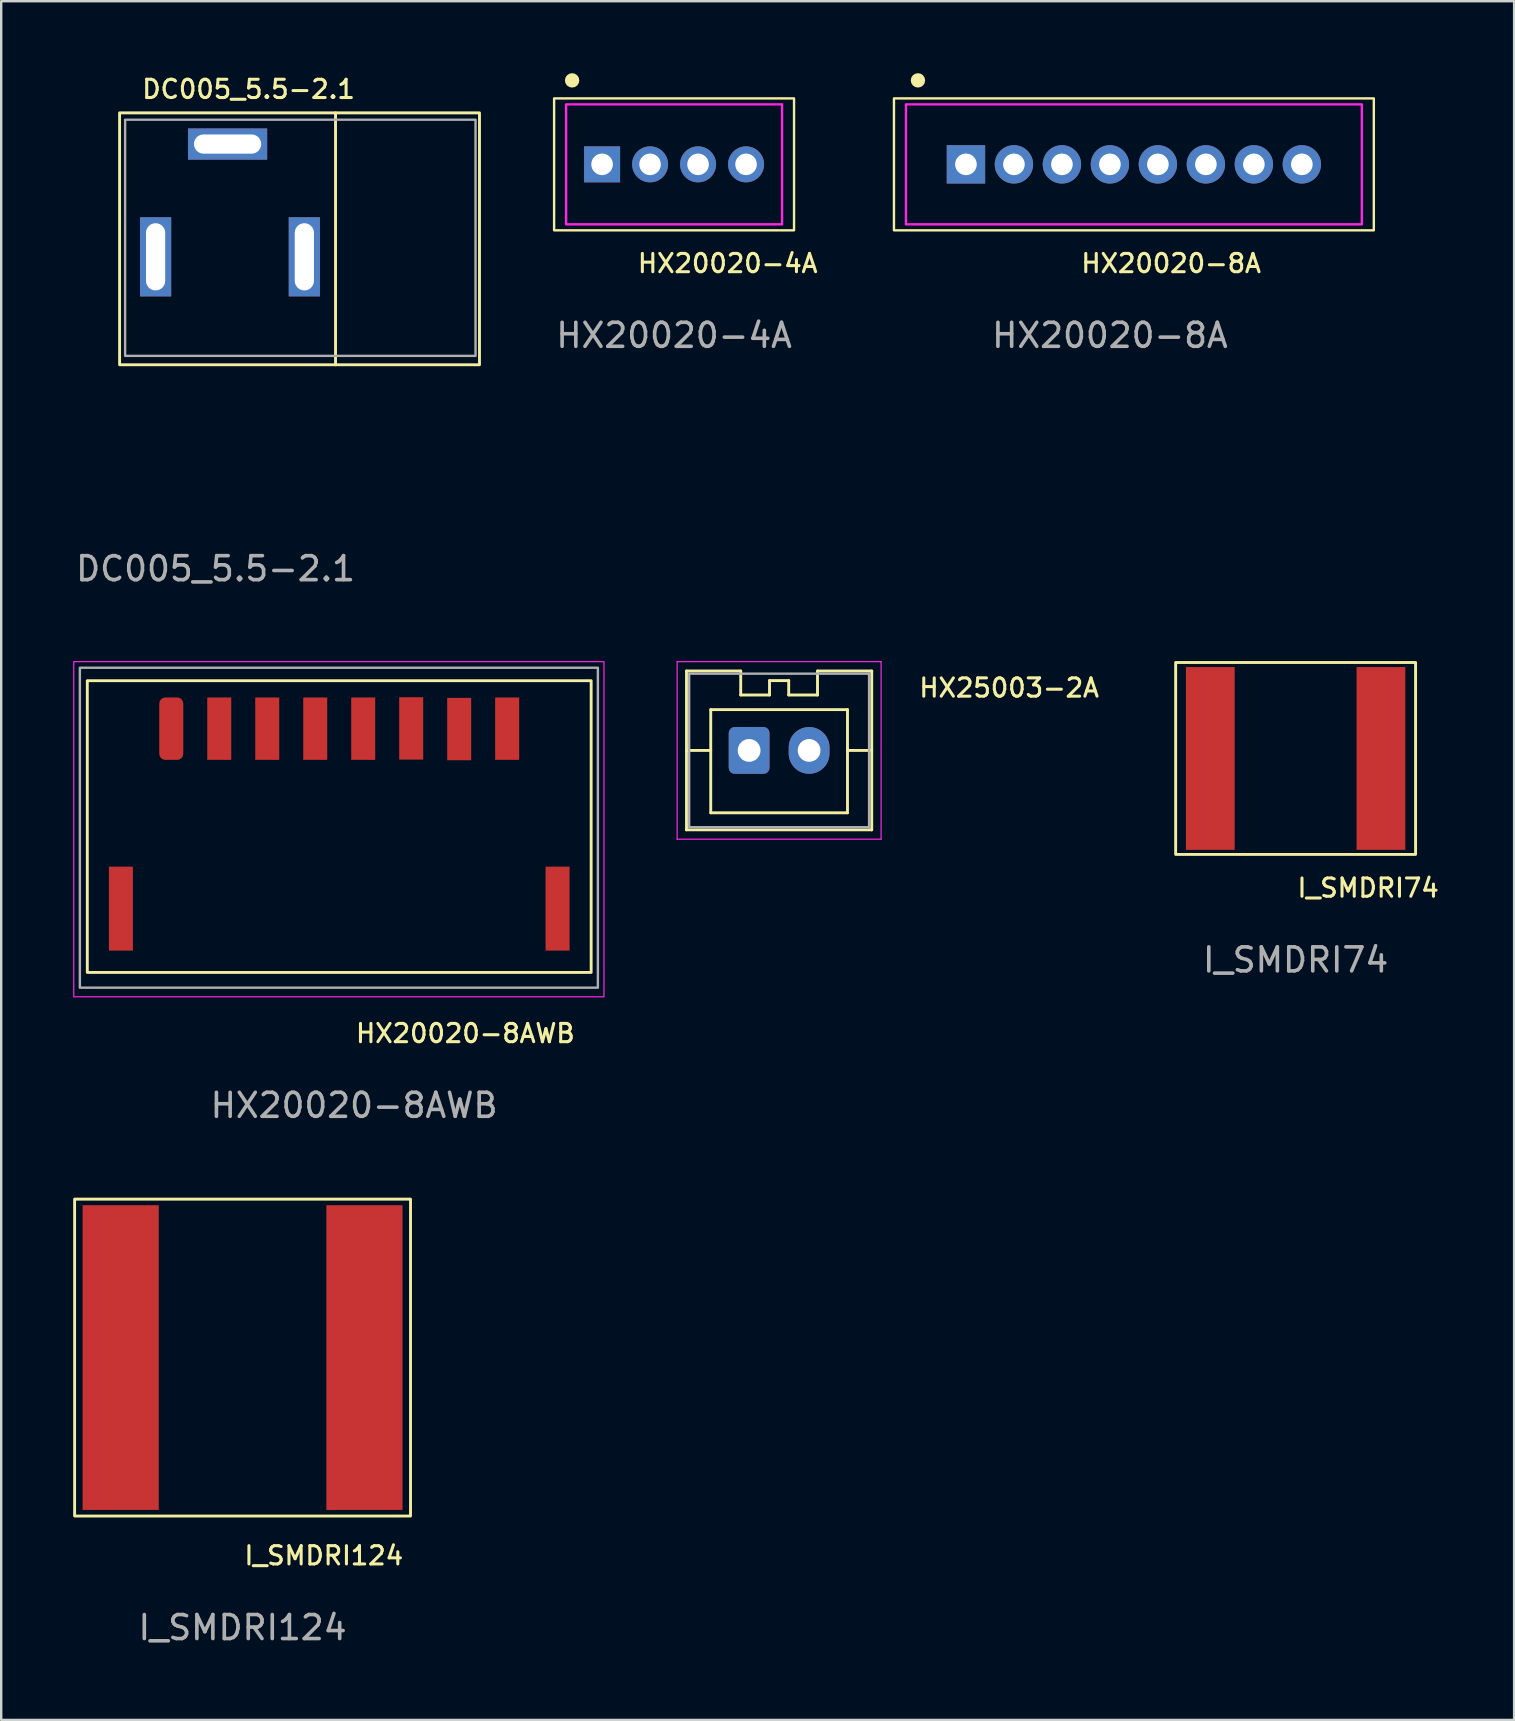
<source format=kicad_pcb>
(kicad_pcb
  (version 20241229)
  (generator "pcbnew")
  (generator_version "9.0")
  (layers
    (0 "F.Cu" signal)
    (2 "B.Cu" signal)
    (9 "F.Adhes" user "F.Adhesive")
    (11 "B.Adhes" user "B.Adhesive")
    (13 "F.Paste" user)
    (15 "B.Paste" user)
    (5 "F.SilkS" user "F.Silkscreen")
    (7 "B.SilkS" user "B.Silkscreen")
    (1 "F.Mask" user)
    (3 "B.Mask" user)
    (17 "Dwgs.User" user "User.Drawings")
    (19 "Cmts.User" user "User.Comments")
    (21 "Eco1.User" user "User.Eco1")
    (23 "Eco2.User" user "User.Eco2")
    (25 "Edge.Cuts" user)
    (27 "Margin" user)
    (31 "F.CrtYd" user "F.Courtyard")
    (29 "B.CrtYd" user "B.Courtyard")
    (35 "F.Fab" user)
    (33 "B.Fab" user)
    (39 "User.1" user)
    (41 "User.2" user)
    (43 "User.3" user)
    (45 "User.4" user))
  (footprint "HX20020-8A"
    (layer "F.Cu")
    (at 43.21 3.8)
    (property "Reference" "HX20020-8A" (at -1.27 4.128 0) (unlocked yes) (layer "F.SilkS") (effects (font (size 0.762 0.762) (thickness 0.127)) (justify left)))
    (attr through_hole)
    (fp_rect (start -9 -2.75) (end 11 2.75) (stroke (width 0.1) (type default)) (fill no) (layer "F.SilkS"))
    (fp_circle (center -8 -3.5) (end -7.85 -3.5) (stroke (width 0.3) (type default)) (fill no) (layer "F.SilkS"))
    (fp_rect (start -8.5 -2.5) (end 10.5 2.5) (stroke (width 0.1) (type default)) (fill no) (layer "F.CrtYd"))
    (fp_text user "${REFERENCE}" (at 0 7.128 0) (unlocked yes) (layer "F.Fab") (effects (font (size 1 1) (thickness 0.15))))
    (pad "1" thru_hole rect (at -6 0) (size 1.6 1.6) (drill 0.902) (layers "*.Cu" "*.Mask"))
    (pad "2" thru_hole circle (at -4 0) (size 1.6 1.6) (drill 0.902) (layers "*.Cu" "*.Mask"))
    (pad "3" thru_hole circle (at -2 0) (size 1.6 1.6) (drill 0.902) (layers "*.Cu" "*.Mask"))
    (pad "4" thru_hole circle (at 0 0) (size 1.6 1.6) (drill 0.902) (layers "*.Cu" "*.Mask"))
    (pad "5" thru_hole circle (at 2 0) (size 1.6 1.6) (drill 0.902) (layers "*.Cu" "*.Mask"))
    (pad "6" thru_hole circle (at 4 0) (size 1.6 1.6) (drill 0.902) (layers "*.Cu" "*.Mask"))
    (pad "7" thru_hole circle (at 6 0) (size 1.6 1.6) (drill 0.902) (layers "*.Cu" "*.Mask"))
    (pad "8" thru_hole circle (at 8 0) (size 1.6 1.6) (drill 0.902) (layers "*.Cu" "*.Mask")))
  (footprint "DC005_5.5-2.1"
    (layer "F.Cu")
    (at 3.435 7.654)
    (property "Reference" "DC005_5.5-2.1" (at -0.635 -6.985 0) (unlocked yes) (layer "F.SilkS") (effects (font (size 0.762 0.762) (thickness 0.127)) (justify left)))
    (attr through_hole)
    (fp_line (start 7.5 -6) (end 7.5 4.5) (stroke (width 0.12) (type solid)) (layer "F.SilkS"))
    (fp_rect (start -1.5 4.5) (end 13.5 -6) (stroke (width 0.12) (type solid)) (fill no) (layer "F.SilkS"))
    (fp_rect (start -1.27 -5.715) (end 13.335 4.128) (stroke (width 0.1) (type default)) (fill no) (layer "F.Fab"))
    (fp_text user "${REFERENCE}" (at 2.5 13 0) (unlocked yes) (layer "F.Fab") (effects (font (size 1 1) (thickness 0.15))))
    (pad "1" thru_hole trapezoid (at 0 0) (size 1.3 3.3) (drill oval 0.8 2.8) (layers "*.Cu" "*.Mask"))
    (pad "2" thru_hole trapezoid (at 6.2 0) (size 1.3 3.3) (drill oval 0.8 2.8) (layers "*.Cu" "*.Mask"))
    (pad "3" thru_hole trapezoid (at 3 -4.7 90) (size 1.3 3.3) (drill oval 0.8 2.8) (layers "*.Cu" "*.Mask")))
  (footprint "HX25003-2A"
    (layer "F.Cu")
    (at 29.473 28.227)
    (property "Reference" "HX25003-2A" (at 5.715 -2.607 180) (layer "F.SilkS") (effects (font (size 0.762 0.762) (thickness 0.127)) (justify left)))
    (attr through_hole)
    (fp_line (start -3.91 -3.31) (end -3.91 3.31) (stroke (width 0.12) (type solid)) (layer "F.SilkS"))
    (fp_line (start -3.91 0) (end -2.9 0) (stroke (width 0.12) (type solid)) (layer "F.SilkS"))
    (fp_line (start -3.91 3.31) (end 3.81 3.31) (stroke (width 0.12) (type solid)) (layer "F.SilkS"))
    (fp_line (start -2.9 -1.7) (end -2.9 2.6) (stroke (width 0.12) (type solid)) (layer "F.SilkS"))
    (fp_line (start -2.9 2.6) (end 2.8 2.6) (stroke (width 0.12) (type solid)) (layer "F.SilkS"))
    (fp_line (start -1.65 -3.31) (end -3.91 -3.31) (stroke (width 0.12) (type solid)) (layer "F.SilkS"))
    (fp_line (start -1.65 -2.31) (end -1.65 -3.31) (stroke (width 0.12) (type solid)) (layer "F.SilkS"))
    (fp_line (start -0.45 -2.91) (end -0.45 -2.31) (stroke (width 0.12) (type solid)) (layer "F.SilkS"))
    (fp_line (start -0.45 -2.31) (end -1.65 -2.31) (stroke (width 0.12) (type solid)) (layer "F.SilkS"))
    (fp_line (start 0.35 -2.91) (end -0.45 -2.91) (stroke (width 0.12) (type solid)) (layer "F.SilkS"))
    (fp_line (start 0.35 -2.31) (end 0.35 -2.91) (stroke (width 0.12) (type solid)) (layer "F.SilkS"))
    (fp_line (start 1.55 -3.31) (end 1.55 -2.31) (stroke (width 0.12) (type solid)) (layer "F.SilkS"))
    (fp_line (start 1.55 -2.31) (end 0.35 -2.31) (stroke (width 0.12) (type solid)) (layer "F.SilkS"))
    (fp_line (start 2.8 -1.7) (end -2.9 -1.7) (stroke (width 0.12) (type solid)) (layer "F.SilkS"))
    (fp_line (start 2.8 2.6) (end 2.8 -1.7) (stroke (width 0.12) (type solid)) (layer "F.SilkS"))
    (fp_line (start 3.81 -3.31) (end 1.55 -3.31) (stroke (width 0.12) (type solid)) (layer "F.SilkS"))
    (fp_line (start 3.81 0) (end 2.8 0) (stroke (width 0.12) (type solid)) (layer "F.SilkS"))
    (fp_line (start 3.81 3.31) (end 3.81 -3.31) (stroke (width 0.12) (type solid)) (layer "F.SilkS"))
    (fp_line (start -4.3 -3.7) (end -4.3 3.7) (stroke (width 0.05) (type solid)) (layer "F.CrtYd"))
    (fp_line (start -4.3 3.7) (end 4.2 3.7) (stroke (width 0.05) (type solid)) (layer "F.CrtYd"))
    (fp_line (start 4.2 -3.7) (end -4.3 -3.7) (stroke (width 0.05) (type solid)) (layer "F.CrtYd"))
    (fp_line (start 4.2 3.7) (end 4.2 -3.7) (stroke (width 0.05) (type solid)) (layer "F.CrtYd"))
    (fp_line (start -3.8 -3.2) (end -3.8 3.2) (stroke (width 0.1) (type solid)) (layer "F.Fab"))
    (fp_line (start -3.8 3.2) (end 3.7 3.2) (stroke (width 0.1) (type solid)) (layer "F.Fab"))
    (fp_line (start 3.7 -3.2) (end -3.8 -3.2) (stroke (width 0.1) (type solid)) (layer "F.Fab"))
    (fp_line (start 3.7 3.2) (end 3.7 -3.2) (stroke (width 0.1) (type solid)) (layer "F.Fab"))
    (pad "1" thru_hole roundrect (at -1.3 0) (size 1.7 1.95) (drill 0.95) (layers "*.Cu" "*.Mask") (roundrect_rratio 0.147))
    (pad "2" thru_hole oval (at 1.2 0) (size 1.7 1.95) (drill 0.95) (layers "*.Cu" "*.Mask")))
  (footprint "I_SMDRI124"
    (layer "F.Cu")
    (at 7.06 53.533)
    (property "Reference" "I_SMDRI124" (at 0 8.255 0) (unlocked yes) (layer "F.SilkS") (effects (font (size 0.762 0.762) (thickness 0.127)) (justify left)))
    (attr smd)
    (fp_rect (start -7 -6.604) (end 7 6.604) (stroke (width 0.12) (type solid)) (fill no) (layer "F.SilkS"))
    (fp_text user "${REFERENCE}" (at 0 11.255 0) (unlocked yes) (layer "F.Fab") (effects (font (size 1 1) (thickness 0.15))))
    (pad "1" smd rect (at -5.08 0) (size 3.175 12.7) (layers "F.Cu" "F.Mask" "F.Paste"))
    (pad "2" smd rect (at 5.08 0) (size 3.175 12.7) (layers "F.Cu" "F.Mask" "F.Paste")))
  (footprint "HX20020-8AWB"
    (layer "F.Cu")
    (at 4.089 27.321)
    (property "Reference" "HX20020-8AWB" (at 7.62 12.7 0) (unlocked yes) (layer "F.SilkS") (effects (font (size 0.762 0.762) (thickness 0.127)) (justify left)))
    (attr smd)
    (fp_rect (start -3.5 -2) (end 17.5 10.16) (stroke (width 0.12) (type solid)) (fill no) (layer "F.SilkS"))
    (fp_rect (start -4.064 -2.794) (end 18.034 11.176) (stroke (width 0.05) (type default)) (fill no) (layer "F.CrtYd"))
    (fp_rect (start -3.81 -2.54) (end 17.78 10.795) (stroke (width 0.1) (type default)) (fill no) (layer "F.Fab"))
    (fp_text user "${REFERENCE}" (at 7.62 15.7 0) (unlocked yes) (layer "F.Fab") (effects (font (size 1 1) (thickness 0.15))))
    (pad "1" smd roundrect (at 0 0) (size 1 2.6) (layers "F.Cu" "F.Mask" "F.Paste") (roundrect_rratio 0.25))
    (pad "2" smd rect (at 2 0) (size 1 2.6) (layers "F.Cu" "F.Mask" "F.Paste"))
    (pad "3" smd rect (at 4 0) (size 1 2.6) (layers "F.Cu" "F.Mask" "F.Paste"))
    (pad "4" smd rect (at 6 0) (size 1 2.6) (layers "F.Cu" "F.Mask" "F.Paste"))
    (pad "5" smd rect (at 8 0) (size 1 2.6) (layers "F.Cu" "F.Mask" "F.Paste"))
    (pad "6" smd rect (at 10 -0.011) (size 1 2.6) (layers "F.Cu" "F.Mask" "F.Paste"))
    (pad "7" smd rect (at 12 0.016) (size 1 2.6) (layers "F.Cu" "F.Mask" "F.Paste"))
    (pad "8" smd rect (at 14 0) (size 1 2.6) (layers "F.Cu" "F.Mask" "F.Paste"))
    (pad "9" smd rect (at 16.1 7.5) (size 1 3.5) (layers "F.Cu" "F.Mask" "F.Paste"))
    (pad "10" smd rect (at -2.1 7.5) (size 1 3.5) (layers "F.Cu" "F.Mask" "F.Paste")))
  (footprint "HX20020-4A"
    (layer "F.Cu")
    (at 25.045 3.8)
    (property "Reference" "HX20020-4A" (at -1.587 4.128 0) (unlocked yes) (layer "F.SilkS") (effects (font (size 0.762 0.762) (thickness 0.127)) (justify left)))
    (attr through_hole)
    (fp_rect (start -5 -2.75) (end 5 2.75) (stroke (width 0.1) (type default)) (fill no) (layer "F.SilkS"))
    (fp_circle (center -4.25 -3.5) (end -4.1 -3.5) (stroke (width 0.3) (type default)) (fill no) (layer "F.SilkS"))
    (fp_rect (start -4.5 -2.5) (end 4.5 2.5) (stroke (width 0.1) (type default)) (fill no) (layer "F.CrtYd"))
    (fp_text user "${REFERENCE}" (at 0 7.128 0) (unlocked yes) (layer "F.Fab") (effects (font (size 1 1) (thickness 0.15))))
    (pad "1" thru_hole rect (at -3 0) (size 1.5 1.5) (drill 0.9) (layers "*.Cu" "*.Mask"))
    (pad "2" thru_hole circle (at -1 0) (size 1.5 1.5) (drill 0.9) (layers "*.Cu" "*.Mask"))
    (pad "3" thru_hole circle (at 1 0) (size 1.5 1.5) (drill 0.9) (layers "*.Cu" "*.Mask"))
    (pad "4" thru_hole circle (at 3 0) (size 1.5 1.5) (drill 0.9) (layers "*.Cu" "*.Mask")))
  (footprint "I_SMDRI74"
    (layer "F.Cu")
    (at 50.951 28.562)
    (property "Reference" "I_SMDRI74" (at 0 5.397 0) (unlocked yes) (layer "F.SilkS") (effects (font (size 0.762 0.762) (thickness 0.127)) (justify left)))
    (attr smd)
    (fp_rect (start -5 -4) (end 5 4) (stroke (width 0.12) (type solid)) (fill no) (layer "F.SilkS"))
    (fp_text user "${REFERENCE}" (at 0 8.398 0) (unlocked yes) (layer "F.Fab") (effects (font (size 1 1) (thickness 0.15))))
    (pad "1" smd rect (at -3.556 0) (size 2.032 7.62) (layers "F.Cu" "F.Mask" "F.Paste"))
    (pad "2" smd rect (at 3.556 0) (size 2.032 7.62) (layers "F.Cu" "F.Mask" "F.Paste")))
  (gr_rect
    (start -3 -3)
    (end 60.058 68.636)
    (stroke (width 0.1) (type default))
    (fill no)
    (layer "Edge.Cuts")))
</source>
